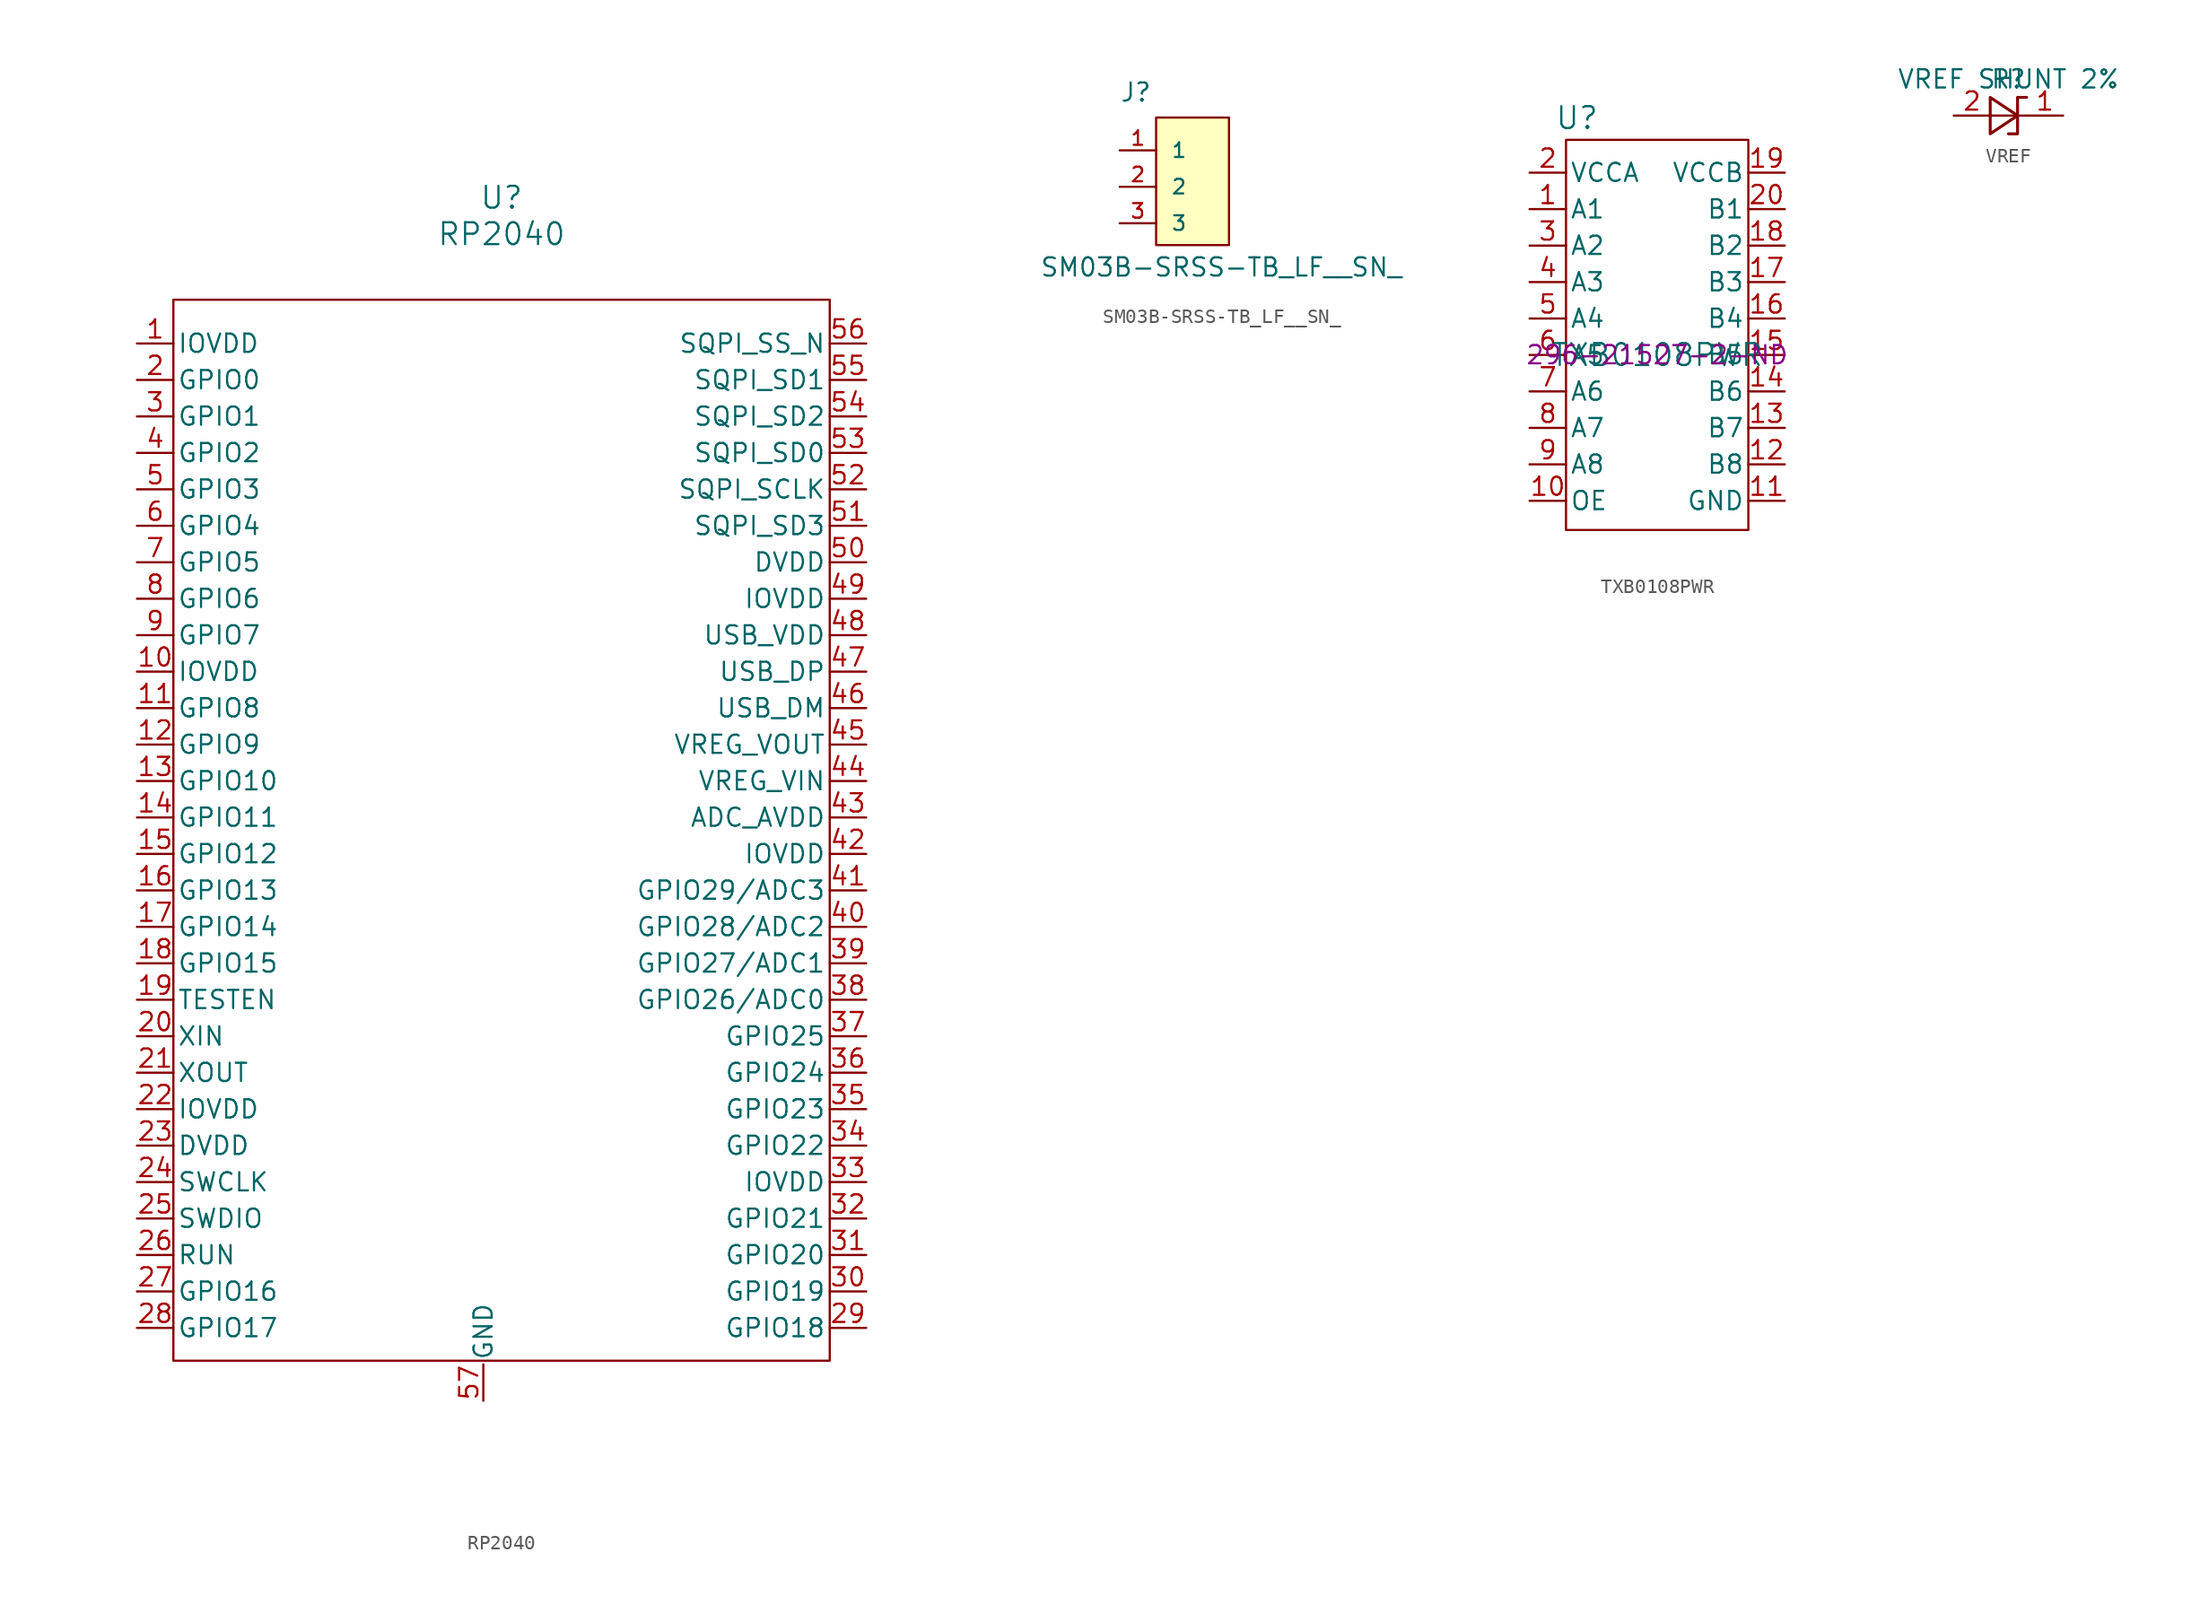
<source format=kicad_sym>
(kicad_symbol_lib
  (version 20231120)
  (generator "kicad_symbol_editor")
  (generator_version "8.0")
  (symbol "RP2040"
    (pin_names
      (offset 0.254))
    (property "Reference" "U"
      (at 22.86 7.62 0)
      (effects (font (size 1.524 1.524))))
    (property "Value" "RP2040"
      (at 22.86 5.08 0)
      (effects (font (size 1.524 1.524))))
    (symbol "RP2040_0_1"
      (rectangle (start 0 0.508) (end 45.72 -73.406) (stroke (width 0) (type default)) (fill (type none)))
      (pin power_in line (at -2.54 -2.54 0) (length 2.54) (name "IOVDD" (effects (font (size 1.27 1.27)))) (number "1" (effects (font (size 1.27 1.27)))))
      (pin power_in line (at -2.54 -25.4 0) (length 2.54) (name "IOVDD" (effects (font (size 1.27 1.27)))) (number "10" (effects (font (size 1.27 1.27)))))
      (pin bidirectional line (at -2.54 -27.94 0) (length 2.54) (name "GPIO8" (effects (font (size 1.27 1.27)))) (number "11" (effects (font (size 1.27 1.27)))))
      (pin bidirectional line (at -2.54 -30.48 0) (length 2.54) (name "GPIO9" (effects (font (size 1.27 1.27)))) (number "12" (effects (font (size 1.27 1.27)))))
      (pin bidirectional line (at -2.54 -33.02 0) (length 2.54) (name "GPIO10" (effects (font (size 1.27 1.27)))) (number "13" (effects (font (size 1.27 1.27)))))
      (pin bidirectional line (at -2.54 -35.56 0) (length 2.54) (name "GPIO11" (effects (font (size 1.27 1.27)))) (number "14" (effects (font (size 1.27 1.27)))))
      (pin bidirectional line (at -2.54 -38.1 0) (length 2.54) (name "GPIO12" (effects (font (size 1.27 1.27)))) (number "15" (effects (font (size 1.27 1.27)))))
      (pin bidirectional line (at -2.54 -40.64 0) (length 2.54) (name "GPIO13" (effects (font (size 1.27 1.27)))) (number "16" (effects (font (size 1.27 1.27)))))
      (pin bidirectional line (at -2.54 -43.18 0) (length 2.54) (name "GPIO14" (effects (font (size 1.27 1.27)))) (number "17" (effects (font (size 1.27 1.27)))))
      (pin bidirectional line (at -2.54 -45.72 0) (length 2.54) (name "GPIO15" (effects (font (size 1.27 1.27)))) (number "18" (effects (font (size 1.27 1.27)))))
      (pin input line (at -2.54 -48.26 0) (length 2.54) (name "TESTEN" (effects (font (size 1.27 1.27)))) (number "19" (effects (font (size 1.27 1.27)))))
      (pin bidirectional line (at -2.54 -5.08 0) (length 2.54) (name "GPIO0" (effects (font (size 1.27 1.27)))) (number "2" (effects (font (size 1.27 1.27)))))
      (pin input line (at -2.54 -50.8 0) (length 2.54) (name "XIN" (effects (font (size 1.27 1.27)))) (number "20" (effects (font (size 1.27 1.27)))))
      (pin output line (at -2.54 -53.34 0) (length 2.54) (name "XOUT" (effects (font (size 1.27 1.27)))) (number "21" (effects (font (size 1.27 1.27)))))
      (pin power_in line (at -2.54 -55.88 0) (length 2.54) (name "IOVDD" (effects (font (size 1.27 1.27)))) (number "22" (effects (font (size 1.27 1.27)))))
      (pin power_in line (at -2.54 -58.42 0) (length 2.54) (name "DVDD" (effects (font (size 1.27 1.27)))) (number "23" (effects (font (size 1.27 1.27)))))
      (pin input line (at -2.54 -60.96 0) (length 2.54) (name "SWCLK" (effects (font (size 1.27 1.27)))) (number "24" (effects (font (size 1.27 1.27)))))
      (pin bidirectional line (at -2.54 -63.5 0) (length 2.54) (name "SWDIO" (effects (font (size 1.27 1.27)))) (number "25" (effects (font (size 1.27 1.27)))))
      (pin input line (at -2.54 -66.04 0) (length 2.54) (name "RUN" (effects (font (size 1.27 1.27)))) (number "26" (effects (font (size 1.27 1.27)))))
      (pin bidirectional line (at -2.54 -68.58 0) (length 2.54) (name "GPIO16" (effects (font (size 1.27 1.27)))) (number "27" (effects (font (size 1.27 1.27)))))
      (pin bidirectional line (at -2.54 -71.12 0) (length 2.54) (name "GPIO17" (effects (font (size 1.27 1.27)))) (number "28" (effects (font (size 1.27 1.27)))))
      (pin bidirectional line (at 48.26 -71.12 180) (length 2.54) (name "GPIO18" (effects (font (size 1.27 1.27)))) (number "29" (effects (font (size 1.27 1.27)))))
      (pin bidirectional line (at -2.54 -7.62 0) (length 2.54) (name "GPIO1" (effects (font (size 1.27 1.27)))) (number "3" (effects (font (size 1.27 1.27)))))
      (pin bidirectional line (at 48.26 -68.58 180) (length 2.54) (name "GPIO19" (effects (font (size 1.27 1.27)))) (number "30" (effects (font (size 1.27 1.27)))))
      (pin bidirectional line (at 48.26 -66.04 180) (length 2.54) (name "GPIO20" (effects (font (size 1.27 1.27)))) (number "31" (effects (font (size 1.27 1.27)))))
      (pin bidirectional line (at 48.26 -63.5 180) (length 2.54) (name "GPIO21" (effects (font (size 1.27 1.27)))) (number "32" (effects (font (size 1.27 1.27)))))
      (pin power_in line (at 48.26 -60.96 180) (length 2.54) (name "IOVDD" (effects (font (size 1.27 1.27)))) (number "33" (effects (font (size 1.27 1.27)))))
      (pin bidirectional line (at 48.26 -58.42 180) (length 2.54) (name "GPIO22" (effects (font (size 1.27 1.27)))) (number "34" (effects (font (size 1.27 1.27)))))
      (pin bidirectional line (at 48.26 -55.88 180) (length 2.54) (name "GPIO23" (effects (font (size 1.27 1.27)))) (number "35" (effects (font (size 1.27 1.27)))))
      (pin bidirectional line (at 48.26 -53.34 180) (length 2.54) (name "GPIO24" (effects (font (size 1.27 1.27)))) (number "36" (effects (font (size 1.27 1.27)))))
      (pin bidirectional line (at 48.26 -50.8 180) (length 2.54) (name "GPIO25" (effects (font (size 1.27 1.27)))) (number "37" (effects (font (size 1.27 1.27)))))
      (pin bidirectional line (at 48.26 -48.26 180) (length 2.54) (name "GPIO26/ADC0" (effects (font (size 1.27 1.27)))) (number "38" (effects (font (size 1.27 1.27)))))
      (pin bidirectional line (at 48.26 -45.72 180) (length 2.54) (name "GPIO27/ADC1" (effects (font (size 1.27 1.27)))) (number "39" (effects (font (size 1.27 1.27)))))
      (pin bidirectional line (at -2.54 -10.16 0) (length 2.54) (name "GPIO2" (effects (font (size 1.27 1.27)))) (number "4" (effects (font (size 1.27 1.27)))))
      (pin bidirectional line (at 48.26 -43.18 180) (length 2.54) (name "GPIO28/ADC2" (effects (font (size 1.27 1.27)))) (number "40" (effects (font (size 1.27 1.27)))))
      (pin bidirectional line (at 48.26 -40.64 180) (length 2.54) (name "GPIO29/ADC3" (effects (font (size 1.27 1.27)))) (number "41" (effects (font (size 1.27 1.27)))))
      (pin power_in line (at 48.26 -38.1 180) (length 2.54) (name "IOVDD" (effects (font (size 1.27 1.27)))) (number "42" (effects (font (size 1.27 1.27)))))
      (pin power_in line (at 48.26 -35.56 180) (length 2.54) (name "ADC_AVDD" (effects (font (size 1.27 1.27)))) (number "43" (effects (font (size 1.27 1.27)))))
      (pin power_in line (at 48.26 -33.02 180) (length 2.54) (name "VREG_VIN" (effects (font (size 1.27 1.27)))) (number "44" (effects (font (size 1.27 1.27)))))
      (pin power_in line (at 48.26 -30.48 180) (length 2.54) (name "VREG_VOUT" (effects (font (size 1.27 1.27)))) (number "45" (effects (font (size 1.27 1.27)))))
      (pin bidirectional line (at 48.26 -27.94 180) (length 2.54) (name "USB_DM" (effects (font (size 1.27 1.27)))) (number "46" (effects (font (size 1.27 1.27)))))
      (pin bidirectional line (at 48.26 -25.4 180) (length 2.54) (name "USB_DP" (effects (font (size 1.27 1.27)))) (number "47" (effects (font (size 1.27 1.27)))))
      (pin power_in line (at 48.26 -22.86 180) (length 2.54) (name "USB_VDD" (effects (font (size 1.27 1.27)))) (number "48" (effects (font (size 1.27 1.27)))))
      (pin power_in line (at 48.26 -20.32 180) (length 2.54) (name "IOVDD" (effects (font (size 1.27 1.27)))) (number "49" (effects (font (size 1.27 1.27)))))
      (pin bidirectional line (at -2.54 -12.7 0) (length 2.54) (name "GPIO3" (effects (font (size 1.27 1.27)))) (number "5" (effects (font (size 1.27 1.27)))))
      (pin power_in line (at 48.26 -17.78 180) (length 2.54) (name "DVDD" (effects (font (size 1.27 1.27)))) (number "50" (effects (font (size 1.27 1.27)))))
      (pin bidirectional line (at 48.26 -15.24 180) (length 2.54) (name "SQPI_SD3" (effects (font (size 1.27 1.27)))) (number "51" (effects (font (size 1.27 1.27)))))
      (pin bidirectional line (at 48.26 -12.7 180) (length 2.54) (name "SQPI_SCLK" (effects (font (size 1.27 1.27)))) (number "52" (effects (font (size 1.27 1.27)))))
      (pin bidirectional line (at 48.26 -10.16 180) (length 2.54) (name "SQPI_SD0" (effects (font (size 1.27 1.27)))) (number "53" (effects (font (size 1.27 1.27)))))
      (pin bidirectional line (at 48.26 -7.62 180) (length 2.54) (name "SQPI_SD2" (effects (font (size 1.27 1.27)))) (number "54" (effects (font (size 1.27 1.27)))))
      (pin bidirectional line (at 48.26 -5.08 180) (length 2.54) (name "SQPI_SD1" (effects (font (size 1.27 1.27)))) (number "55" (effects (font (size 1.27 1.27)))))
      (pin bidirectional line (at 48.26 -2.54 180) (length 2.54) (name "SQPI_SS_N" (effects (font (size 1.27 1.27)))) (number "56" (effects (font (size 1.27 1.27)))))
      (pin power_in line (at 21.59 -76.2 90) (length 2.54) (name "GND" (effects (font (size 1.27 1.27)))) (number "57" (effects (font (size 1.27 1.27)))))
      (pin bidirectional line (at -2.54 -15.24 0) (length 2.54) (name "GPIO4" (effects (font (size 1.27 1.27)))) (number "6" (effects (font (size 1.27 1.27)))))
      (pin bidirectional line (at -2.54 -17.78 0) (length 2.54) (name "GPIO5" (effects (font (size 1.27 1.27)))) (number "7" (effects (font (size 1.27 1.27)))))
      (pin bidirectional line (at -2.54 -20.32 0) (length 2.54) (name "GPIO6" (effects (font (size 1.27 1.27)))) (number "8" (effects (font (size 1.27 1.27)))))
      (pin bidirectional line (at -2.54 -22.86 0) (length 2.54) (name "GPIO7" (effects (font (size 1.27 1.27)))) (number "9" (effects (font (size 1.27 1.27)))))))
  (symbol "SM03B-SRSS-TB_LF__SN_"
    (pin_names
      (offset 1.016))
    (property "Reference" "J"
      (at -5.08 8.382 0)
      (effects (font (size 1.27 1.27)) (justify left bottom)))
    (property "Value" "SM03B-SRSS-TB_LF__SN_"
      (at -10.668 -3.81 0)
      (effects (font (size 1.27 1.27)) (justify left bottom)))
    (symbol "SM03B-SRSS-TB_LF__SN__0_0"
      (rectangle (start -2.54 7.366) (end 2.54 -1.524) (stroke (width 0.152) (type default)) (fill (type background)))
      (pin passive line (at -5.08 5.08 0) (length 2.54) (name "1" (effects (font (size 1.016 1.016)))) (number "1" (effects (font (size 1.016 1.016)))))
      (pin passive line (at -5.08 2.54 0) (length 2.54) (name "2" (effects (font (size 1.016 1.016)))) (number "2" (effects (font (size 1.016 1.016)))))
      (pin passive line (at -5.08 0 0) (length 2.54) (name "3" (effects (font (size 1.016 1.016)))) (number "3" (effects (font (size 1.016 1.016)))))))
  (symbol "TXB0108PWR"
    (pin_names
      (offset 0.254))
    (property "Reference" "U"
      (at -5.588 16.51 0)
      (effects (font (size 1.524 1.524))))
    (property "Value" "TXB0108PWR"
      (at 0 0 0)
      (effects (font (size 1.524 1.524))))
    (property "DigiKey Part Number" "296-21527-2-ND"
      (at 0 0 0)
      (effects (font (size 1.27 1.27))))
    (symbol "TXB0108PWR_0_1"
      (pin bidirectional line (at -8.89 10.16 0) (length 2.54) (name "A1" (effects (font (size 1.27 1.27)))) (number "1" (effects (font (size 1.27 1.27)))))
      (pin input line (at -8.89 -10.16 0) (length 2.54) (name "OE" (effects (font (size 1.27 1.27)))) (number "10" (effects (font (size 1.27 1.27)))))
      (pin power_in line (at 8.89 -10.16 180) (length 2.54) (name "GND" (effects (font (size 1.27 1.27)))) (number "11" (effects (font (size 1.27 1.27)))))
      (pin bidirectional line (at 8.89 -7.62 180) (length 2.54) (name "B8" (effects (font (size 1.27 1.27)))) (number "12" (effects (font (size 1.27 1.27)))))
      (pin bidirectional line (at 8.89 -5.08 180) (length 2.54) (name "B7" (effects (font (size 1.27 1.27)))) (number "13" (effects (font (size 1.27 1.27)))))
      (pin bidirectional line (at 8.89 -2.54 180) (length 2.54) (name "B6" (effects (font (size 1.27 1.27)))) (number "14" (effects (font (size 1.27 1.27)))))
      (pin bidirectional line (at 8.89 0 180) (length 2.54) (name "B5" (effects (font (size 1.27 1.27)))) (number "15" (effects (font (size 1.27 1.27)))))
      (pin bidirectional line (at 8.89 2.54 180) (length 2.54) (name "B4" (effects (font (size 1.27 1.27)))) (number "16" (effects (font (size 1.27 1.27)))))
      (pin bidirectional line (at 8.89 5.08 180) (length 2.54) (name "B3" (effects (font (size 1.27 1.27)))) (number "17" (effects (font (size 1.27 1.27)))))
      (pin bidirectional line (at 8.89 7.62 180) (length 2.54) (name "B2" (effects (font (size 1.27 1.27)))) (number "18" (effects (font (size 1.27 1.27)))))
      (pin power_in line (at 8.89 12.7 180) (length 2.54) (name "VCCB" (effects (font (size 1.27 1.27)))) (number "19" (effects (font (size 1.27 1.27)))))
      (pin power_in line (at -8.89 12.7 0) (length 2.54) (name "VCCA" (effects (font (size 1.27 1.27)))) (number "2" (effects (font (size 1.27 1.27)))))
      (pin bidirectional line (at 8.89 10.16 180) (length 2.54) (name "B1" (effects (font (size 1.27 1.27)))) (number "20" (effects (font (size 1.27 1.27)))))
      (pin bidirectional line (at -8.89 7.62 0) (length 2.54) (name "A2" (effects (font (size 1.27 1.27)))) (number "3" (effects (font (size 1.27 1.27)))))
      (pin bidirectional line (at -8.89 5.08 0) (length 2.54) (name "A3" (effects (font (size 1.27 1.27)))) (number "4" (effects (font (size 1.27 1.27)))))
      (pin bidirectional line (at -8.89 2.54 0) (length 2.54) (name "A4" (effects (font (size 1.27 1.27)))) (number "5" (effects (font (size 1.27 1.27)))))
      (pin bidirectional line (at -8.89 0 0) (length 2.54) (name "A5" (effects (font (size 1.27 1.27)))) (number "6" (effects (font (size 1.27 1.27)))))
      (pin bidirectional line (at -8.89 -2.54 0) (length 2.54) (name "A6" (effects (font (size 1.27 1.27)))) (number "7" (effects (font (size 1.27 1.27)))))
      (pin bidirectional line (at -8.89 -5.08 0) (length 2.54) (name "A7" (effects (font (size 1.27 1.27)))) (number "8" (effects (font (size 1.27 1.27)))))
      (pin bidirectional line (at -8.89 -7.62 0) (length 2.54) (name "A8" (effects (font (size 1.27 1.27)))) (number "9" (effects (font (size 1.27 1.27))))))
    (symbol "TXB0108PWR_1_1"
      (rectangle (start -6.35 14.986) (end 6.35 -12.192) (stroke (width 0) (type default)) (fill (type none)))))
  (symbol "VREF"
    (property "Reference" "R"
      (at 0 0 0)
      (effects (font (size 1.27 1.27))))
    (property "Value" "VREF SHUNT 2%"
      (at 0 0 0)
      (effects (font (size 1.27 1.27))))
    (symbol "VREF_0_1"
      (polyline (pts (xy -1.27 -2.54) (xy 0 -2.54) (xy 1.27 -2.54)) (stroke (width 0) (type default)) (fill (type none)))
      (polyline (pts (xy -1.27 -3.81) (xy 0.635 -2.54) (xy -1.27 -1.27) (xy -1.27 -3.81)) (stroke (width 0.203) (type default)) (fill (type none)))
      (polyline (pts (xy 0 -3.81) (xy 0.635 -3.81) (xy 0.635 -1.27) (xy 1.27 -1.27)) (stroke (width 0.203) (type default)) (fill (type none))))
    (symbol "VREF_1_1"
      (pin passive line (at 3.81 -2.54 180) (length 2.54) (name "" (effects (font (size 1.27 1.27)))) (number "1" (effects (font (size 1.27 1.27)))))
      (pin passive line (at -3.81 -2.54 0) (length 2.54) (name "" (effects (font (size 1.27 1.27)))) (number "2" (effects (font (size 1.27 1.27))))))))
</source>
